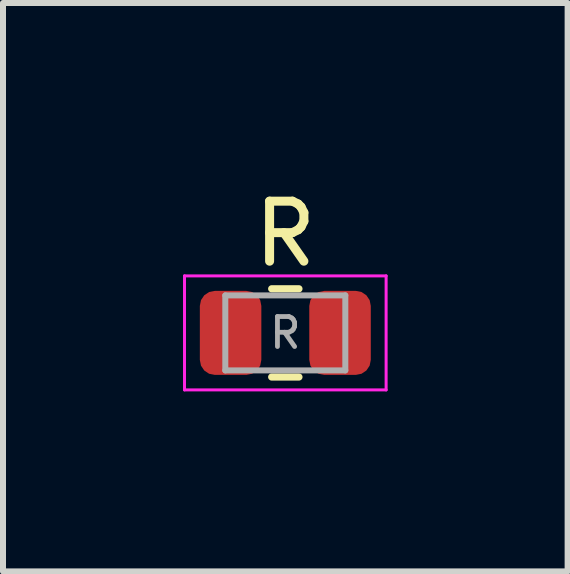
<source format=kicad_pcb>
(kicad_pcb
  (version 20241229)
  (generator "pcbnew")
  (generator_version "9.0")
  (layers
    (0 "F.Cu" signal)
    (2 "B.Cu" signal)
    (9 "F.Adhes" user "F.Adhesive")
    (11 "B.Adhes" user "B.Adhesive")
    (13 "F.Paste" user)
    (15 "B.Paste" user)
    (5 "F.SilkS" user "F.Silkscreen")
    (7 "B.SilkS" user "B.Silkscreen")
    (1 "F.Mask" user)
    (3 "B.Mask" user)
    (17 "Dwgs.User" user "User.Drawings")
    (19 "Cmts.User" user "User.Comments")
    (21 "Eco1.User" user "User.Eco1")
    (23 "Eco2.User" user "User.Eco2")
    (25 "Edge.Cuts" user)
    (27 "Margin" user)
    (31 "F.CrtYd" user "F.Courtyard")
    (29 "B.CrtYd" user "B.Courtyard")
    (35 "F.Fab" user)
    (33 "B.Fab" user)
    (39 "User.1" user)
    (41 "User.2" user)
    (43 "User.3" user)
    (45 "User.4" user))
  (footprint "R"
    (layer "F.Cu")
    (at 1.705 2.498)
    (property "Reference" "R" (at 0 -1.65 0) (layer "F.SilkS") (effects (font (size 1 1) (thickness 0.15))))
    (attr smd)
    (fp_line (start -0.227 -0.735) (end 0.227 -0.735) (stroke (width 0.12) (type solid)) (layer "F.SilkS"))
    (fp_line (start -0.227 0.735) (end 0.227 0.735) (stroke (width 0.12) (type solid)) (layer "F.SilkS"))
    (fp_line (start -1.68 -0.95) (end 1.68 -0.95) (stroke (width 0.05) (type solid)) (layer "F.CrtYd"))
    (fp_line (start -1.68 0.95) (end -1.68 -0.95) (stroke (width 0.05) (type solid)) (layer "F.CrtYd"))
    (fp_line (start 1.68 -0.95) (end 1.68 0.95) (stroke (width 0.05) (type solid)) (layer "F.CrtYd"))
    (fp_line (start 1.68 0.95) (end -1.68 0.95) (stroke (width 0.05) (type solid)) (layer "F.CrtYd"))
    (fp_line (start -1 -0.625) (end 1 -0.625) (stroke (width 0.1) (type solid)) (layer "F.Fab"))
    (fp_line (start -1 0.625) (end -1 -0.625) (stroke (width 0.1) (type solid)) (layer "F.Fab"))
    (fp_line (start 1 -0.625) (end 1 0.625) (stroke (width 0.1) (type solid)) (layer "F.Fab"))
    (fp_line (start 1 0.625) (end -1 0.625) (stroke (width 0.1) (type solid)) (layer "F.Fab"))
    (fp_text user "${REFERENCE}" (at 0 0 0) (layer "F.Fab") (effects (font (size 0.5 0.5) (thickness 0.08))))
    (pad "1" smd roundrect (at -0.912 0) (size 1.025 1.4) (layers "F.Cu" "F.Mask" "F.Paste") (roundrect_rratio 0.244))
    (pad "2" smd roundrect (at 0.912 0) (size 1.025 1.4) (layers "F.Cu" "F.Mask" "F.Paste") (roundrect_rratio 0.244)))
  (gr_rect
    (start -3 -3)
    (end 6.41 6.473)
    (stroke (width 0.1) (type default))
    (fill no)
    (layer "Edge.Cuts")))
</source>
